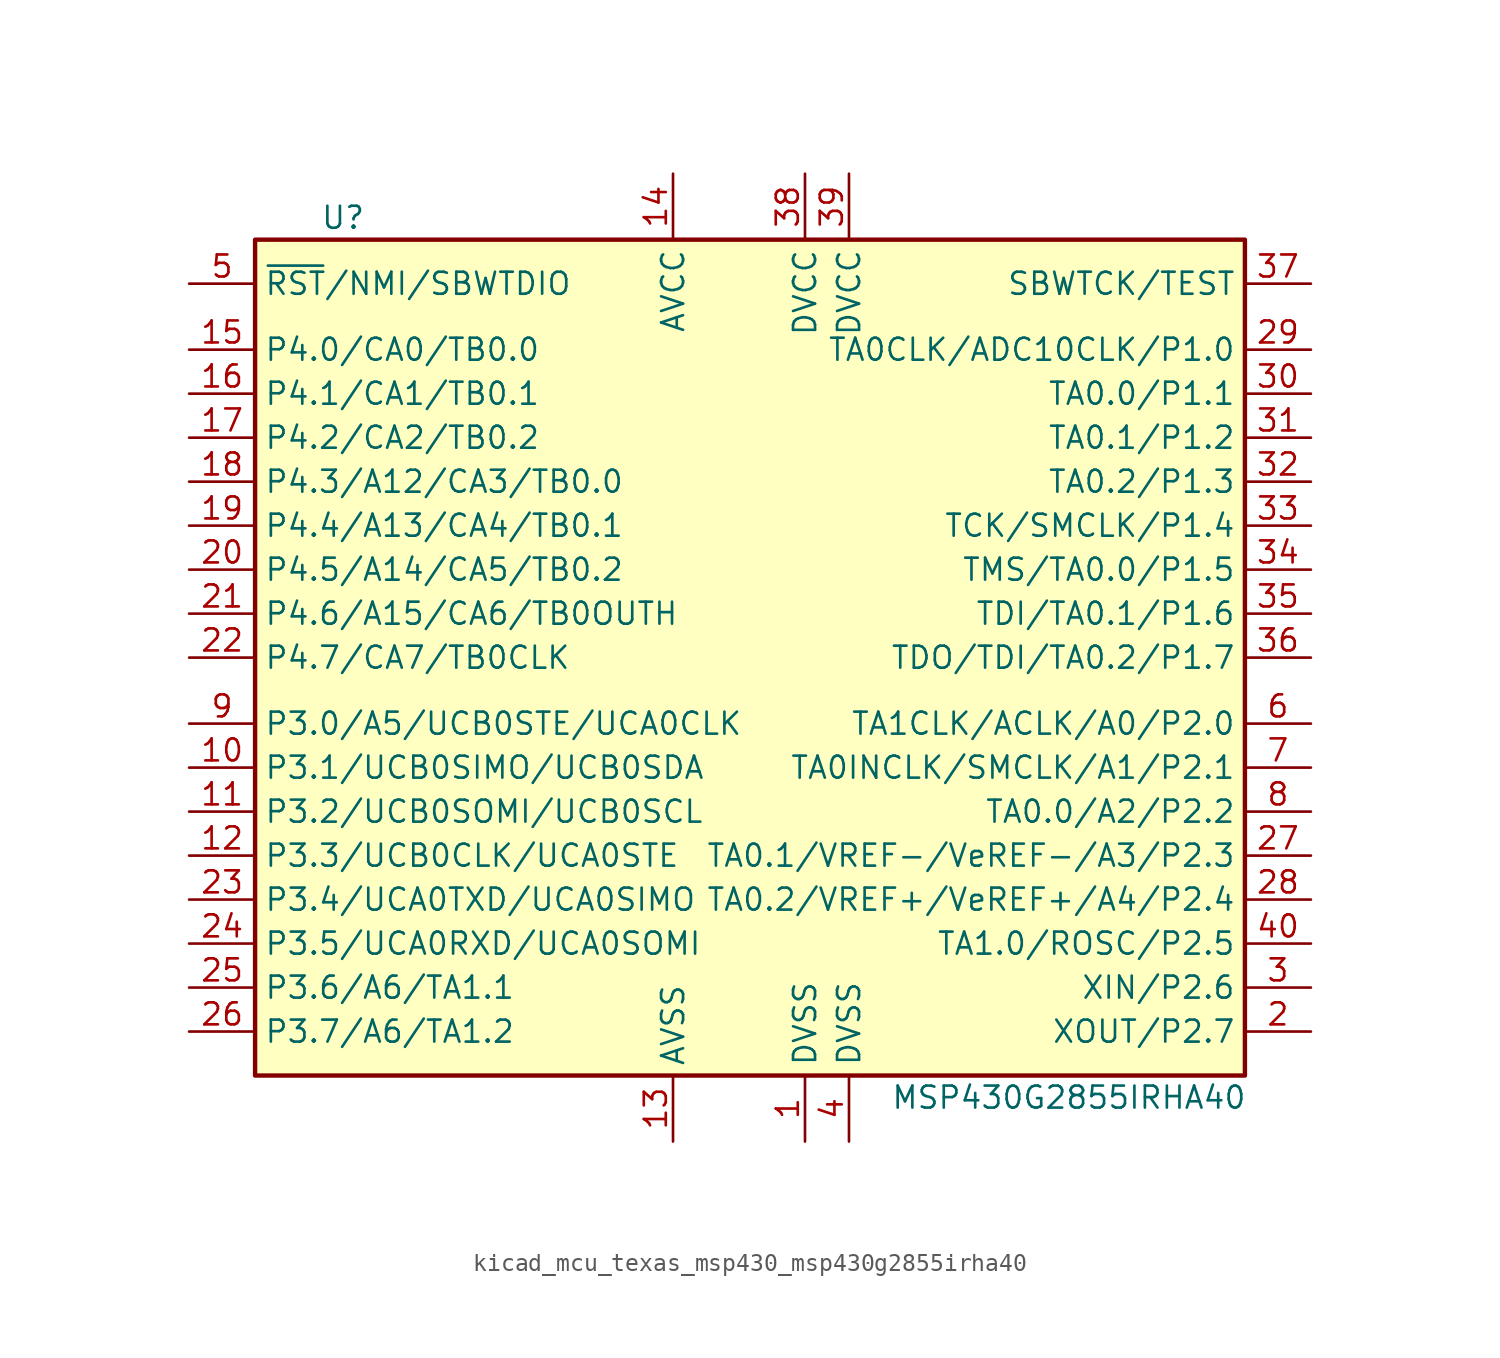
<source format=kicad_sym>
(kicad_symbol_lib
  (version 20220914)
  (generator kicad_symbol_editor)
  (symbol "kicad_mcu_texas_msp430_msp430g2855irha40"
    (property "Reference" "U"
      (at -24.13 25.4 0)
      (effects (font (size 1.27 1.27))))
    (property "Value" "MSP430G2855IRHA40"
      (at 17.78 -25.4 0)
      (effects (font (size 1.27 1.27))))
    (symbol "kicad_mcu_texas_msp430_msp430g2855irha40_0_1"
      (rectangle (start -29.21 24.13) (end 27.94 -24.13) (stroke (width 0.254) (type default)) (fill (type background))))
    (symbol "kicad_mcu_texas_msp430_msp430g2855irha40_1_1"
      (pin power_in line (at 2.54 -27.94 90) (length 3.81) (name "DVSS" (effects (font (size 1.27 1.27)))) (number "1" (effects (font (size 1.27 1.27)))))
      (pin bidirectional line (at -33.02 -6.35 0) (length 3.81) (name "P3.1/UCB0SIMO/UCB0SDA" (effects (font (size 1.27 1.27)))) (number "10" (effects (font (size 1.27 1.27)))))
      (pin bidirectional line (at -33.02 -8.89 0) (length 3.81) (name "P3.2/UCB0SOMI/UCB0SCL" (effects (font (size 1.27 1.27)))) (number "11" (effects (font (size 1.27 1.27)))))
      (pin bidirectional line (at -33.02 -11.43 0) (length 3.81) (name "P3.3/UCB0CLK/UCA0STE" (effects (font (size 1.27 1.27)))) (number "12" (effects (font (size 1.27 1.27)))))
      (pin power_in line (at -5.08 -27.94 90) (length 3.81) (name "AVSS" (effects (font (size 1.27 1.27)))) (number "13" (effects (font (size 1.27 1.27)))))
      (pin power_in line (at -5.08 27.94 270) (length 3.81) (name "AVCC" (effects (font (size 1.27 1.27)))) (number "14" (effects (font (size 1.27 1.27)))))
      (pin bidirectional line (at -33.02 17.78 0) (length 3.81) (name "P4.0/CA0/TB0.0" (effects (font (size 1.27 1.27)))) (number "15" (effects (font (size 1.27 1.27)))))
      (pin bidirectional line (at -33.02 15.24 0) (length 3.81) (name "P4.1/CA1/TB0.1" (effects (font (size 1.27 1.27)))) (number "16" (effects (font (size 1.27 1.27)))))
      (pin bidirectional line (at -33.02 12.7 0) (length 3.81) (name "P4.2/CA2/TB0.2" (effects (font (size 1.27 1.27)))) (number "17" (effects (font (size 1.27 1.27)))))
      (pin bidirectional line (at -33.02 10.16 0) (length 3.81) (name "P4.3/A12/CA3/TB0.0" (effects (font (size 1.27 1.27)))) (number "18" (effects (font (size 1.27 1.27)))))
      (pin bidirectional line (at -33.02 7.62 0) (length 3.81) (name "P4.4/A13/CA4/TB0.1" (effects (font (size 1.27 1.27)))) (number "19" (effects (font (size 1.27 1.27)))))
      (pin bidirectional line (at 31.75 -21.59 180) (length 3.81) (name "XOUT/P2.7" (effects (font (size 1.27 1.27)))) (number "2" (effects (font (size 1.27 1.27)))))
      (pin bidirectional line (at -33.02 5.08 0) (length 3.81) (name "P4.5/A14/CA5/TB0.2" (effects (font (size 1.27 1.27)))) (number "20" (effects (font (size 1.27 1.27)))))
      (pin bidirectional line (at -33.02 2.54 0) (length 3.81) (name "P4.6/A15/CA6/TB0OUTH" (effects (font (size 1.27 1.27)))) (number "21" (effects (font (size 1.27 1.27)))))
      (pin bidirectional line (at -33.02 0 0) (length 3.81) (name "P4.7/CA7/TB0CLK" (effects (font (size 1.27 1.27)))) (number "22" (effects (font (size 1.27 1.27)))))
      (pin bidirectional line (at -33.02 -13.97 0) (length 3.81) (name "P3.4/UCA0TXD/UCA0SIMO" (effects (font (size 1.27 1.27)))) (number "23" (effects (font (size 1.27 1.27)))))
      (pin bidirectional line (at -33.02 -16.51 0) (length 3.81) (name "P3.5/UCA0RXD/UCA0SOMI" (effects (font (size 1.27 1.27)))) (number "24" (effects (font (size 1.27 1.27)))))
      (pin bidirectional line (at -33.02 -19.05 0) (length 3.81) (name "P3.6/A6/TA1.1" (effects (font (size 1.27 1.27)))) (number "25" (effects (font (size 1.27 1.27)))))
      (pin bidirectional line (at -33.02 -21.59 0) (length 3.81) (name "P3.7/A6/TA1.2" (effects (font (size 1.27 1.27)))) (number "26" (effects (font (size 1.27 1.27)))))
      (pin bidirectional line (at 31.75 -11.43 180) (length 3.81) (name "TA0.1/VREF-/VeREF-/A3/P2.3" (effects (font (size 1.27 1.27)))) (number "27" (effects (font (size 1.27 1.27)))))
      (pin bidirectional line (at 31.75 -13.97 180) (length 3.81) (name "TA0.2/VREF+/VeREF+/A4/P2.4" (effects (font (size 1.27 1.27)))) (number "28" (effects (font (size 1.27 1.27)))))
      (pin bidirectional line (at 31.75 17.78 180) (length 3.81) (name "TA0CLK/ADC10CLK/P1.0" (effects (font (size 1.27 1.27)))) (number "29" (effects (font (size 1.27 1.27)))))
      (pin bidirectional line (at 31.75 -19.05 180) (length 3.81) (name "XIN/P2.6" (effects (font (size 1.27 1.27)))) (number "3" (effects (font (size 1.27 1.27)))))
      (pin bidirectional line (at 31.75 15.24 180) (length 3.81) (name "TA0.0/P1.1" (effects (font (size 1.27 1.27)))) (number "30" (effects (font (size 1.27 1.27)))))
      (pin bidirectional line (at 31.75 12.7 180) (length 3.81) (name "TA0.1/P1.2" (effects (font (size 1.27 1.27)))) (number "31" (effects (font (size 1.27 1.27)))))
      (pin bidirectional line (at 31.75 10.16 180) (length 3.81) (name "TA0.2/P1.3" (effects (font (size 1.27 1.27)))) (number "32" (effects (font (size 1.27 1.27)))))
      (pin bidirectional line (at 31.75 7.62 180) (length 3.81) (name "TCK/SMCLK/P1.4" (effects (font (size 1.27 1.27)))) (number "33" (effects (font (size 1.27 1.27)))))
      (pin bidirectional line (at 31.75 5.08 180) (length 3.81) (name "TMS/TA0.0/P1.5" (effects (font (size 1.27 1.27)))) (number "34" (effects (font (size 1.27 1.27)))))
      (pin bidirectional line (at 31.75 2.54 180) (length 3.81) (name "TDI/TA0.1/P1.6" (effects (font (size 1.27 1.27)))) (number "35" (effects (font (size 1.27 1.27)))))
      (pin bidirectional line (at 31.75 0 180) (length 3.81) (name "TDO/TDI/TA0.2/P1.7" (effects (font (size 1.27 1.27)))) (number "36" (effects (font (size 1.27 1.27)))))
      (pin input line (at 31.75 21.59 180) (length 3.81) (name "SBWTCK/TEST" (effects (font (size 1.27 1.27)))) (number "37" (effects (font (size 1.27 1.27)))))
      (pin power_in line (at 2.54 27.94 270) (length 3.81) (name "DVCC" (effects (font (size 1.27 1.27)))) (number "38" (effects (font (size 1.27 1.27)))))
      (pin power_in line (at 5.08 27.94 270) (length 3.81) (name "DVCC" (effects (font (size 1.27 1.27)))) (number "39" (effects (font (size 1.27 1.27)))))
      (pin power_in line (at 5.08 -27.94 90) (length 3.81) (name "DVSS" (effects (font (size 1.27 1.27)))) (number "4" (effects (font (size 1.27 1.27)))))
      (pin bidirectional line (at 31.75 -16.51 180) (length 3.81) (name "TA1.0/ROSC/P2.5" (effects (font (size 1.27 1.27)))) (number "40" (effects (font (size 1.27 1.27)))))
      (pin input line (at -33.02 21.59 0) (length 3.81) (name "~{RST}/NMI/SBWTDIO" (effects (font (size 1.27 1.27)))) (number "5" (effects (font (size 1.27 1.27)))))
      (pin bidirectional line (at 31.75 -3.81 180) (length 3.81) (name "TA1CLK/ACLK/A0/P2.0" (effects (font (size 1.27 1.27)))) (number "6" (effects (font (size 1.27 1.27)))))
      (pin bidirectional line (at 31.75 -6.35 180) (length 3.81) (name "TA0INCLK/SMCLK/A1/P2.1" (effects (font (size 1.27 1.27)))) (number "7" (effects (font (size 1.27 1.27)))))
      (pin bidirectional line (at 31.75 -8.89 180) (length 3.81) (name "TA0.0/A2/P2.2" (effects (font (size 1.27 1.27)))) (number "8" (effects (font (size 1.27 1.27)))))
      (pin bidirectional line (at -33.02 -3.81 0) (length 3.81) (name "P3.0/A5/UCB0STE/UCA0CLK" (effects (font (size 1.27 1.27)))) (number "9" (effects (font (size 1.27 1.27))))))))
</source>
